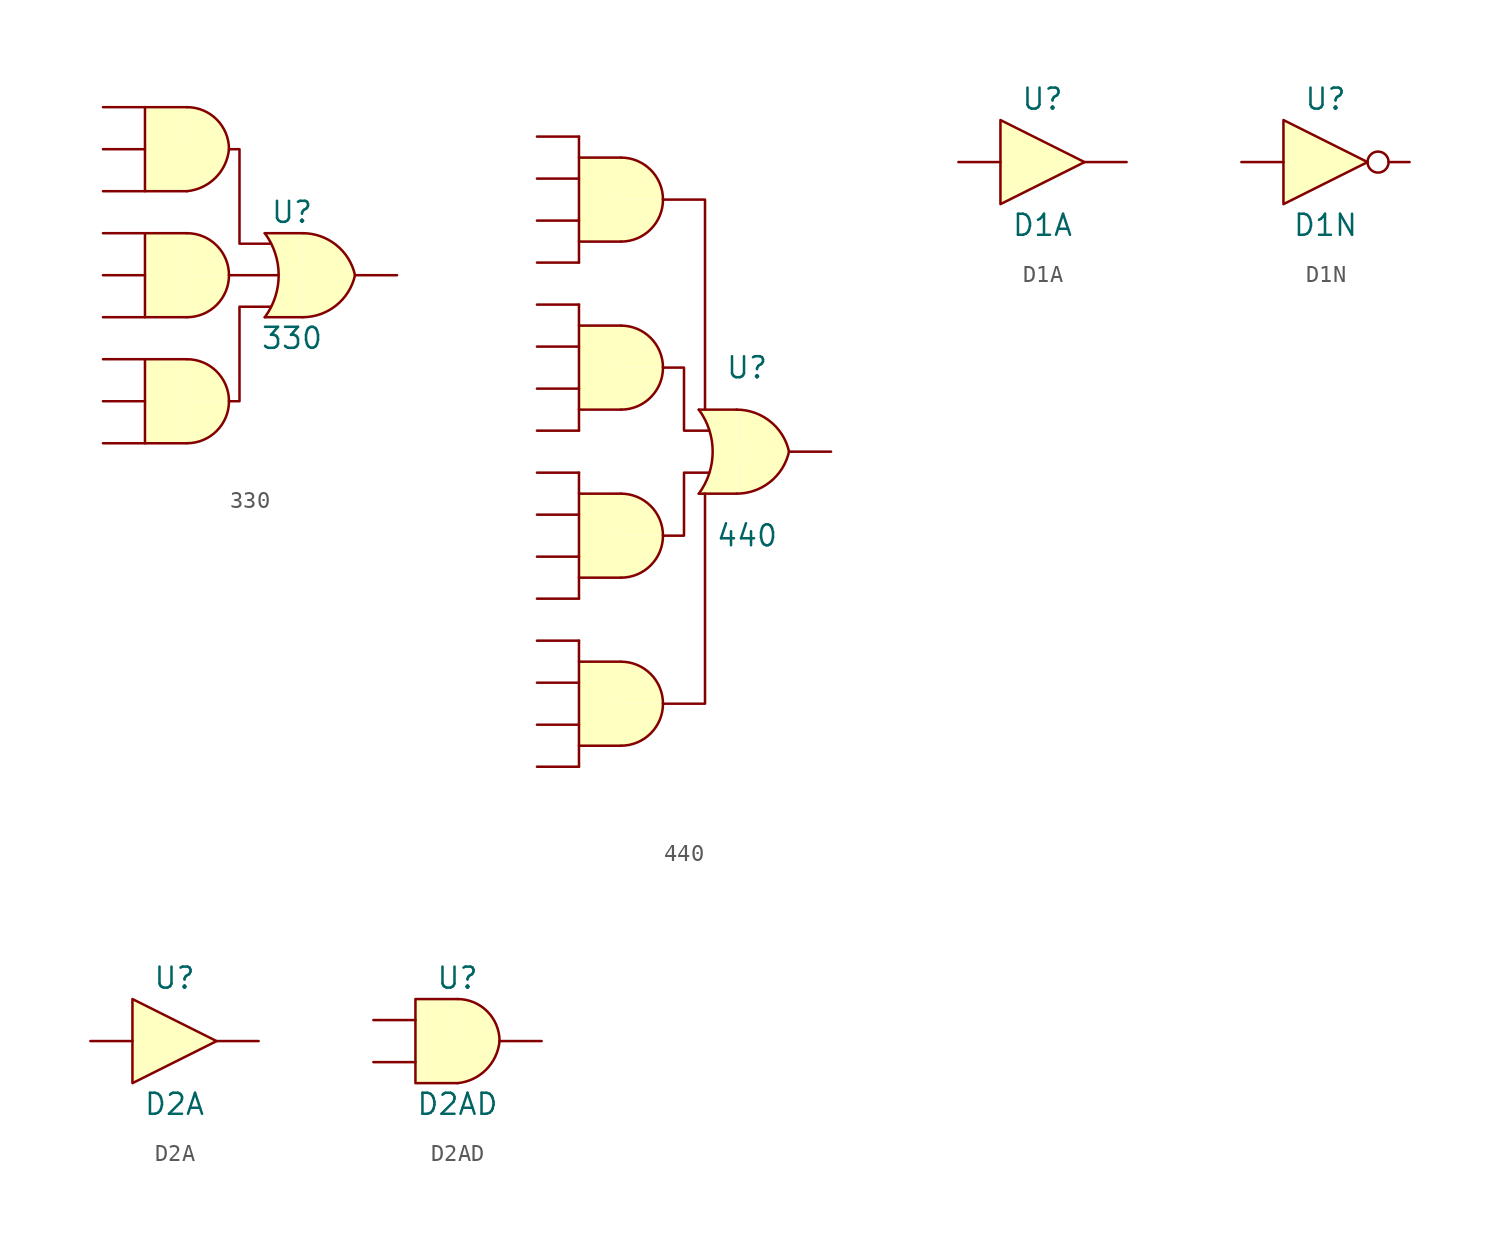
<source format=kicad_sym>
(kicad_symbol_lib
  (version 20231120)
  (generator "kicad_symbol_editor")
  (generator_version "8.0")
  (symbol "330"
    (property "Reference" "U"
      (at 2.54 3.81 0)
      (effects (font (size 1.27 1.27))))
    (property "Value" "330"
      (at 2.54 -3.81 0)
      (effects (font (size 1.27 1.27))))
    (symbol "330_0_1"
      (polyline (pts (xy -1.27 0) (xy 1.651 0)) (stroke (width 0) (type default)) (fill (type none)))
      (polyline (pts (xy -1.27 -7.62) (xy -0.635 -7.62) (xy -0.635 -1.905) (xy 1.27 -1.905)) (stroke (width 0) (type default)) (fill (type none)))
      (polyline (pts (xy -1.27 7.62) (xy -0.635 7.62) (xy -0.635 1.905) (xy 1.27 1.905)) (stroke (width 0) (type default)) (fill (type none))))
    (symbol "330_1_1"
      (arc (start -3.8102 -10.1598) (mid -2.0141 -9.4159) (end -1.2702 -7.6198) (stroke (width 0) (type default)) (fill (type background)))
      (arc (start -3.8102 -2.5398) (mid -2.0141 -1.7959) (end -1.2702 0.0002) (stroke (width 0) (type default)) (fill (type background)))
      (arc (start -3.81 5.08) (mid -2.0837 5.8937) (end -1.27 7.62) (stroke (width 0) (type default)) (fill (type background)))
      (arc (start -1.2702 -7.6202) (mid -2.0141 -5.8241) (end -3.8102 -5.0802) (stroke (width 0) (type default)) (fill (type background)))
      (arc (start -1.2702 -0.0002) (mid -2.0141 1.7959) (end -3.8102 2.5398) (stroke (width 0) (type default)) (fill (type background)))
      (arc (start -1.27 7.62) (mid -2.0139 9.4161) (end -3.81 10.16) (stroke (width 0) (type default)) (fill (type background)))
      (polyline (pts (xy 3.175 -2.54) (xy 0.889 -2.54)) (stroke (width 0) (type default)) (fill (type outline)))
      (polyline (pts (xy 3.175 2.54) (xy 0.889 2.54)) (stroke (width 0) (type default)) (fill (type background)))
      (polyline (pts (xy -3.81 -5.08) (xy -6.35 -5.08) (xy -6.35 -10.16) (xy -3.81 -10.16)) (stroke (width 0) (type default)) (fill (type background)))
      (polyline (pts (xy -3.81 2.54) (xy -6.35 2.54) (xy -6.35 -2.54) (xy -3.81 -2.54)) (stroke (width 0) (type default)) (fill (type background)))
      (polyline (pts (xy -3.81 10.16) (xy -6.35 10.16) (xy -6.35 5.08) (xy -3.81 5.08)) (stroke (width 0) (type default)) (fill (type background)))
      (polyline (pts (xy 3.175 2.54) (xy 0.889 2.54) (xy 1.27 1.905) (xy 1.524 1.27) (xy 1.651 0.762) (xy 1.702 0.457) (xy 1.727 0.178) (xy 1.727 -0.127) (xy 1.676 -0.66) (xy 1.6 -1.016) (xy 1.499 -1.372) (xy 1.372 -1.676) (xy 1.194 -2.057) (xy 1.016 -2.337) (xy 0.889 -2.54) (xy 3.175 -2.54)) (stroke (width -0.0001) (type default)) (fill (type background)))
      (arc (start 0.8973 -2.5398) (mid 1.7338 0.0001) (end 0.8971 2.54) (stroke (width 0) (type default)) (fill (type none)))
      (arc (start 3.175 -2.54) (mid 5.2091 -1.8282) (end 6.35 0) (stroke (width 0) (type default)) (fill (type background)))
      (arc (start 6.35 0) (mid 5.2094 1.8286) (end 3.175 2.54) (stroke (width 0) (type default)) (fill (type background)))
      (pin input line (at -8.89 10.16 0) (length 2.54) (name "" (effects (font (size 1.27 1.27)))) (number "1" (effects (font (size 0 0)))))
      (pin output line (at 8.89 0 180) (length 2.54) (name "" (effects (font (size 1.27 1.27)))) (number "10" (effects (font (size 0 0)))))
      (pin input line (at -8.89 7.62 0) (length 2.54) (name "" (effects (font (size 1.27 1.27)))) (number "2" (effects (font (size 0 0)))))
      (pin input line (at -8.89 5.08 0) (length 2.54) (name "" (effects (font (size 1.27 1.27)))) (number "3" (effects (font (size 0 0)))))
      (pin input line (at -8.89 2.54 0) (length 2.54) (name "" (effects (font (size 1.27 1.27)))) (number "4" (effects (font (size 0 0)))))
      (pin input line (at -8.89 0 0) (length 2.54) (name "" (effects (font (size 1.27 1.27)))) (number "5" (effects (font (size 0 0)))))
      (pin input line (at -8.89 -2.54 0) (length 2.54) (name "" (effects (font (size 1.27 1.27)))) (number "6" (effects (font (size 0 0)))))
      (pin input line (at -8.89 -5.08 0) (length 2.54) (name "" (effects (font (size 1.27 1.27)))) (number "7" (effects (font (size 0 0)))))
      (pin input line (at -8.89 -7.62 0) (length 2.54) (name "" (effects (font (size 1.27 1.27)))) (number "8" (effects (font (size 0 0)))))
      (pin input line (at -8.89 -10.16 0) (length 2.54) (name "" (effects (font (size 1.27 1.27)))) (number "9" (effects (font (size 0 0)))))))
  (symbol "440"
    (property "Reference" "U"
      (at 3.81 5.08 0)
      (effects (font (size 1.27 1.27))))
    (property "Value" "440"
      (at 3.81 -5.08 0)
      (effects (font (size 1.27 1.27))))
    (symbol "440_0_1"
      (polyline (pts (xy -6.35 -17.78) (xy -6.35 -19.05)) (stroke (width 0) (type default)) (fill (type none)))
      (polyline (pts (xy -6.35 -12.7) (xy -6.35 -11.43)) (stroke (width 0) (type default)) (fill (type none)))
      (polyline (pts (xy -6.35 -7.62) (xy -6.35 -8.89)) (stroke (width 0) (type default)) (fill (type none)))
      (polyline (pts (xy -6.35 -2.54) (xy -6.35 -1.27)) (stroke (width 0) (type default)) (fill (type none)))
      (polyline (pts (xy -6.35 2.54) (xy -6.35 1.27)) (stroke (width 0) (type default)) (fill (type none)))
      (polyline (pts (xy -6.35 7.62) (xy -6.35 8.89)) (stroke (width 0) (type default)) (fill (type none)))
      (polyline (pts (xy -6.35 12.7) (xy -6.35 11.43)) (stroke (width 0) (type default)) (fill (type none)))
      (polyline (pts (xy -6.35 17.78) (xy -6.35 19.05)) (stroke (width 0) (type default)) (fill (type none)))
      (polyline (pts (xy -1.27 -15.24) (xy 1.27 -15.24) (xy 1.27 -2.54) (xy 1.27 -3.81)) (stroke (width 0) (type default)) (fill (type none)))
      (polyline (pts (xy -1.27 -5.08) (xy 0 -5.08) (xy 0 -1.27) (xy 1.524 -1.27)) (stroke (width 0) (type default)) (fill (type none)))
      (polyline (pts (xy -1.27 5.08) (xy 0 5.08) (xy 0 1.27) (xy 1.524 1.27)) (stroke (width 0) (type default)) (fill (type none)))
      (polyline (pts (xy -1.27 15.24) (xy 1.27 15.24) (xy 1.27 2.54) (xy 1.27 3.81)) (stroke (width 0) (type default)) (fill (type none))))
    (symbol "440_1_1"
      (arc (start -3.8102 -17.7798) (mid -2.0141 -17.0359) (end -1.2702 -15.2398) (stroke (width 0) (type default)) (fill (type background)))
      (arc (start -3.8102 -7.6198) (mid -2.0141 -6.8759) (end -1.2702 -5.0798) (stroke (width 0) (type default)) (fill (type background)))
      (arc (start -3.8102 2.5402) (mid -2.0141 3.2841) (end -1.2702 5.0802) (stroke (width 0) (type default)) (fill (type background)))
      (arc (start -3.8102 12.7002) (mid -2.0141 13.4441) (end -1.2702 15.2402) (stroke (width 0) (type default)) (fill (type background)))
      (arc (start -1.2702 -15.2402) (mid -2.0141 -13.4441) (end -3.8102 -12.7002) (stroke (width 0) (type default)) (fill (type background)))
      (arc (start -1.2702 -5.0802) (mid -2.0141 -3.2841) (end -3.8102 -2.5402) (stroke (width 0) (type default)) (fill (type background)))
      (arc (start -1.2702 5.0798) (mid -2.0141 6.8759) (end -3.8102 7.6198) (stroke (width 0) (type default)) (fill (type background)))
      (arc (start -1.2702 15.2398) (mid -2.0141 17.0359) (end -3.8102 17.7798) (stroke (width 0) (type default)) (fill (type background)))
      (polyline (pts (xy 3.175 -2.54) (xy 0.889 -2.54)) (stroke (width 0) (type default)) (fill (type outline)))
      (polyline (pts (xy 3.175 2.54) (xy 0.889 2.54)) (stroke (width 0) (type default)) (fill (type background)))
      (polyline (pts (xy -3.81 -12.7) (xy -6.35 -12.7) (xy -6.35 -17.78) (xy -3.81 -17.78)) (stroke (width 0) (type default)) (fill (type background)))
      (polyline (pts (xy -3.81 -2.54) (xy -6.35 -2.54) (xy -6.35 -7.62) (xy -3.81 -7.62)) (stroke (width 0) (type default)) (fill (type background)))
      (polyline (pts (xy -3.81 7.62) (xy -6.35 7.62) (xy -6.35 2.54) (xy -3.81 2.54)) (stroke (width 0) (type default)) (fill (type background)))
      (polyline (pts (xy -3.81 17.78) (xy -6.35 17.78) (xy -6.35 12.7) (xy -3.81 12.7)) (stroke (width 0) (type default)) (fill (type background)))
      (polyline (pts (xy 3.175 2.54) (xy 0.889 2.54) (xy 1.27 1.905) (xy 1.524 1.27) (xy 1.651 0.762) (xy 1.702 0.457) (xy 1.727 0.178) (xy 1.727 -0.127) (xy 1.676 -0.66) (xy 1.6 -1.016) (xy 1.499 -1.372) (xy 1.372 -1.676) (xy 1.194 -2.057) (xy 1.016 -2.337) (xy 0.889 -2.54) (xy 3.175 -2.54)) (stroke (width -0.0001) (type default)) (fill (type background)))
      (arc (start 0.8973 -2.5398) (mid 1.7338 0.0001) (end 0.8971 2.54) (stroke (width 0) (type default)) (fill (type none)))
      (arc (start 3.175 -2.54) (mid 5.2095 -1.8284) (end 6.35 0) (stroke (width 0) (type default)) (fill (type background)))
      (arc (start 6.35 0) (mid 5.2094 1.8286) (end 3.175 2.54) (stroke (width 0) (type default)) (fill (type background)))
      (pin input line (at -8.89 19.05 0) (length 2.54) (name "" (effects (font (size 1.27 1.27)))) (number "1" (effects (font (size 0 0)))))
      (pin input line (at -8.89 -3.81 0) (length 2.54) (name "" (effects (font (size 1.27 1.27)))) (number "10" (effects (font (size 0 0)))))
      (pin input line (at -8.89 -6.35 0) (length 2.54) (name "" (effects (font (size 1.27 1.27)))) (number "11" (effects (font (size 0 0)))))
      (pin input line (at -8.89 -8.89 0) (length 2.54) (name "" (effects (font (size 1.27 1.27)))) (number "12" (effects (font (size 0 0)))))
      (pin input line (at -8.89 -11.43 0) (length 2.54) (name "" (effects (font (size 1.27 1.27)))) (number "13" (effects (font (size 0 0)))))
      (pin input line (at -8.89 -13.97 0) (length 2.54) (name "" (effects (font (size 1.27 1.27)))) (number "14" (effects (font (size 0 0)))))
      (pin input line (at -8.89 -16.51 0) (length 2.54) (name "" (effects (font (size 1.27 1.27)))) (number "15" (effects (font (size 0 0)))))
      (pin input line (at -8.89 -19.05 0) (length 2.54) (name "" (effects (font (size 1.27 1.27)))) (number "16" (effects (font (size 0 0)))))
      (pin output line (at 8.89 0 180) (length 2.54) (name "" (effects (font (size 1.27 1.27)))) (number "17" (effects (font (size 0 0)))))
      (pin input line (at -8.89 16.51 0) (length 2.54) (name "" (effects (font (size 1.27 1.27)))) (number "2" (effects (font (size 0 0)))))
      (pin input line (at -8.89 13.97 0) (length 2.54) (name "" (effects (font (size 1.27 1.27)))) (number "3" (effects (font (size 0 0)))))
      (pin input line (at -8.89 11.43 0) (length 2.54) (name "" (effects (font (size 1.27 1.27)))) (number "4" (effects (font (size 0 0)))))
      (pin input line (at -8.89 8.89 0) (length 2.54) (name "" (effects (font (size 1.27 1.27)))) (number "5" (effects (font (size 0 0)))))
      (pin input line (at -8.89 6.35 0) (length 2.54) (name "" (effects (font (size 1.27 1.27)))) (number "6" (effects (font (size 0 0)))))
      (pin input line (at -8.89 3.81 0) (length 2.54) (name "" (effects (font (size 1.27 1.27)))) (number "7" (effects (font (size 0 0)))))
      (pin input line (at -8.89 1.27 0) (length 2.54) (name "" (effects (font (size 1.27 1.27)))) (number "8" (effects (font (size 0 0)))))
      (pin input line (at -8.89 -1.27 0) (length 2.54) (name "" (effects (font (size 1.27 1.27)))) (number "9" (effects (font (size 0 0)))))))
  (symbol "D1A"
    (property "Reference" "U"
      (at 0 3.81 0)
      (effects (font (size 1.27 1.27))))
    (property "Value" "D1A"
      (at 0 -3.81 0)
      (effects (font (size 1.27 1.27))))
    (symbol "D1A_1_1"
      (polyline (pts (xy -2.54 2.54) (xy -2.54 -2.54) (xy 2.54 0) (xy -2.54 2.54)) (stroke (width 0) (type default)) (fill (type background)))
      (pin input line (at -5.08 0 0) (length 2.54) (name "" (effects (font (size 1.27 1.27)))) (number "1" (effects (font (size 0 0)))))
      (pin output line (at 5.08 0 180) (length 2.54) (name "" (effects (font (size 1.27 1.27)))) (number "2" (effects (font (size 0 0)))))))
  (symbol "D1N"
    (property "Reference" "U"
      (at 0 3.81 0)
      (effects (font (size 1.27 1.27))))
    (property "Value" "D1N"
      (at 0 -3.81 0)
      (effects (font (size 1.27 1.27))))
    (symbol "D1N_1_1"
      (polyline (pts (xy -2.54 2.54) (xy -2.54 -2.54) (xy 2.54 0) (xy -2.54 2.54)) (stroke (width 0) (type default)) (fill (type background)))
      (pin input line (at -5.08 0 0) (length 2.54) (name "" (effects (font (size 1.27 1.27)))) (number "1" (effects (font (size 0 0)))))
      (pin output inverted (at 5.08 0 180) (length 2.54) (name "" (effects (font (size 1.27 1.27)))) (number "2" (effects (font (size 0 0)))))))
  (symbol "D2A"
    (property "Reference" "U"
      (at 0 3.81 0)
      (effects (font (size 1.27 1.27))))
    (property "Value" "D2A"
      (at 0 -3.81 0)
      (effects (font (size 1.27 1.27))))
    (symbol "D2A_1_1"
      (polyline (pts (xy -2.54 2.54) (xy -2.54 -2.54) (xy 2.54 0) (xy -2.54 2.54)) (stroke (width 0) (type default)) (fill (type background)))
      (pin input line (at -5.08 0 0) (length 2.54) (name "" (effects (font (size 1.27 1.27)))) (number "1" (effects (font (size 0 0)))))
      (pin output line (at 5.08 0 180) (length 2.54) (name "" (effects (font (size 1.27 1.27)))) (number "2" (effects (font (size 0 0)))))))
  (symbol "D2AD"
    (property "Reference" "U"
      (at 0 3.81 0)
      (effects (font (size 1.27 1.27))))
    (property "Value" "D2AD"
      (at 0 -3.81 0)
      (effects (font (size 1.27 1.27))))
    (symbol "D2AD_1_1"
      (arc (start 0 -2.54) (mid 1.7263 -1.7263) (end 2.54 0) (stroke (width 0) (type default)) (fill (type background)))
      (polyline (pts (xy 0 2.54) (xy -2.54 2.54) (xy -2.54 -2.54) (xy 0 -2.54)) (stroke (width 0) (type default)) (fill (type background)))
      (arc (start 2.54 0) (mid 1.7961 1.7961) (end 0 2.54) (stroke (width 0) (type default)) (fill (type background)))
      (pin input line (at -5.08 1.27 0) (length 2.54) (name "" (effects (font (size 1.27 1.27)))) (number "1" (effects (font (size 0 0)))))
      (pin input line (at -5.08 -1.27 0) (length 2.54) (name "" (effects (font (size 1.27 1.27)))) (number "2" (effects (font (size 0 0)))))
      (pin output line (at 5.08 0 180) (length 2.54) (name "" (effects (font (size 1.27 1.27)))) (number "3" (effects (font (size 0 0))))))))
</source>
